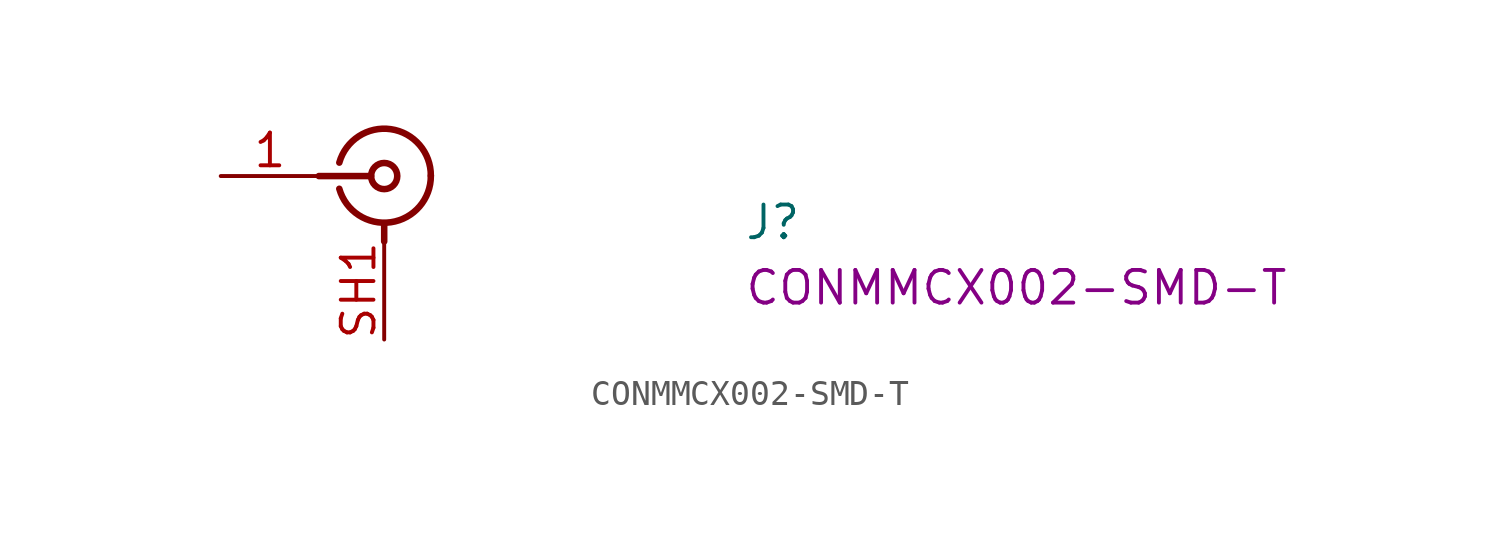
<source format=kicad_sym>
(kicad_symbol_lib
  (version 20220914)
  (generator kicad_symbol_editor)
  (symbol "CONMMCX002-SMD-T"
    (pin_names hide)
    (property "Reference" "J"
      (at 20.32 -2.54 0)
      (effects (font (size 1.27 1.27) (thickness 0.15)) (justify left bottom)))
    (property "MPN" "CONMMCX002-SMD-T"
      (at 20.32 -5.08 0)
      (effects (font (size 1.27 1.27) (thickness 0.15)) (justify left bottom)))
    (symbol "CONMMCX002-SMD-T_0_0"
      (pin passive line (at 0 0 0) (length 3.82) (name "~" (effects (font (size 1.27 1.27)))) (number "1" (effects (font (size 1.27 1.27)))))
      (pin passive line (at 6.35 -6.35 90) (length 3.82) (name "~" (effects (font (size 1.27 1.27)))) (number "SH1" (effects (font (size 1.27 1.27)))))
      (pin passive line (at 6.35 -6.35 90) (length 3.82) hide (name "~" (effects (font (size 1.27 1.27)))) (number "SH2" (effects (font (size 1.27 1.27)))))
      (pin passive line (at 6.35 -6.35 90) (length 3.82) hide (name "~" (effects (font (size 1.27 1.27)))) (number "SH3" (effects (font (size 1.27 1.27)))))
      (pin passive line (at 6.35 -6.35 90) (length 3.82) hide (name "~" (effects (font (size 1.27 1.27)))) (number "SH4" (effects (font (size 1.27 1.27))))))
    (symbol "CONMMCX002-SMD-T_1_1"
      (polyline (pts (xy 3.81 0) (xy 5.842 0)) (stroke (width 0.254) (type default)) (fill (type background)))
      (polyline (pts (xy 6.35 -2.54) (xy 6.35 -1.905)) (stroke (width 0.254) (type default)) (fill (type background)))
      (arc (start 4.6063 -0.4942) (mid 6.6063 -1.7942) (end 8.1623 0.0138) (stroke (width 0.254) (type default)) (fill (type none)))
      (circle (center 6.35 0) (radius 0.508) (stroke (width 0.254) (type default)) (fill (type none)))
      (arc (start 8.1623 0.0138) (mid 6.6063 1.8221) (end 4.6063 0.5218) (stroke (width 0.254) (type default)) (fill (type none))))))
</source>
